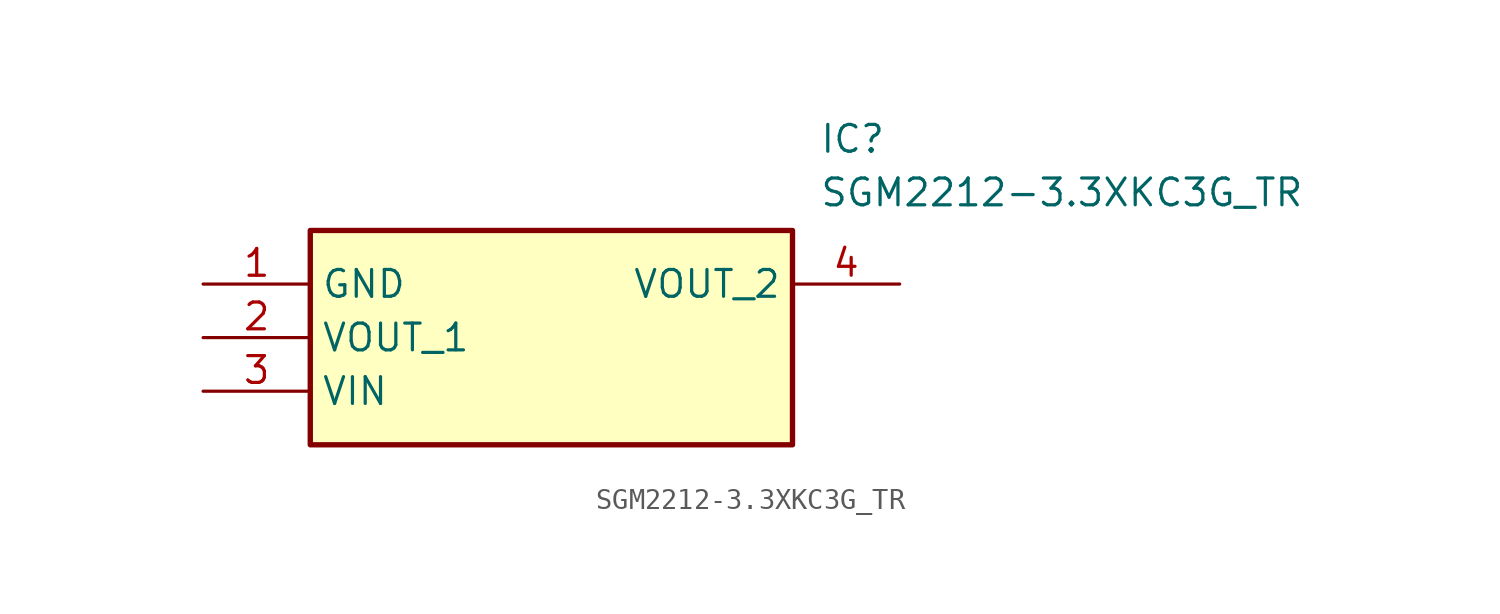
<source format=kicad_sym>
(kicad_symbol_lib
  (version 20211014)
  (generator SamacSys_ECAD_Model)
  (symbol "SGM2212-3.3XKC3G_TR"
    (property "Reference" "IC"
      (at 29.21 7.62 0)
      (effects (font (size 1.27 1.27)) (justify left top)))
    (property "Value" "SGM2212-3.3XKC3G_TR"
      (at 29.21 5.08 0)
      (effects (font (size 1.27 1.27)) (justify left top)))
    (rectangle
      (start 5.08 2.54)
      (end 27.94 -7.62)
      (stroke (width 0.254) (type default))
      (fill (type background)))
    (pin passive line
      (at 0 0 0)
      (length 5.08)
      (name "GND" (effects (font (size 1.27 1.27))))
      (number "1" (effects (font (size 1.27 1.27)))))
    (pin passive line
      (at 0 -2.54 0)
      (length 5.08)
      (name "VOUT_1" (effects (font (size 1.27 1.27))))
      (number "2" (effects (font (size 1.27 1.27)))))
    (pin passive line
      (at 0 -5.08 0)
      (length 5.08)
      (name "VIN" (effects (font (size 1.27 1.27))))
      (number "3" (effects (font (size 1.27 1.27)))))
    (pin passive line
      (at 33.02 0 180)
      (length 5.08)
      (name "VOUT_2" (effects (font (size 1.27 1.27))))
      (number "4" (effects (font (size 1.27 1.27)))))))
</source>
